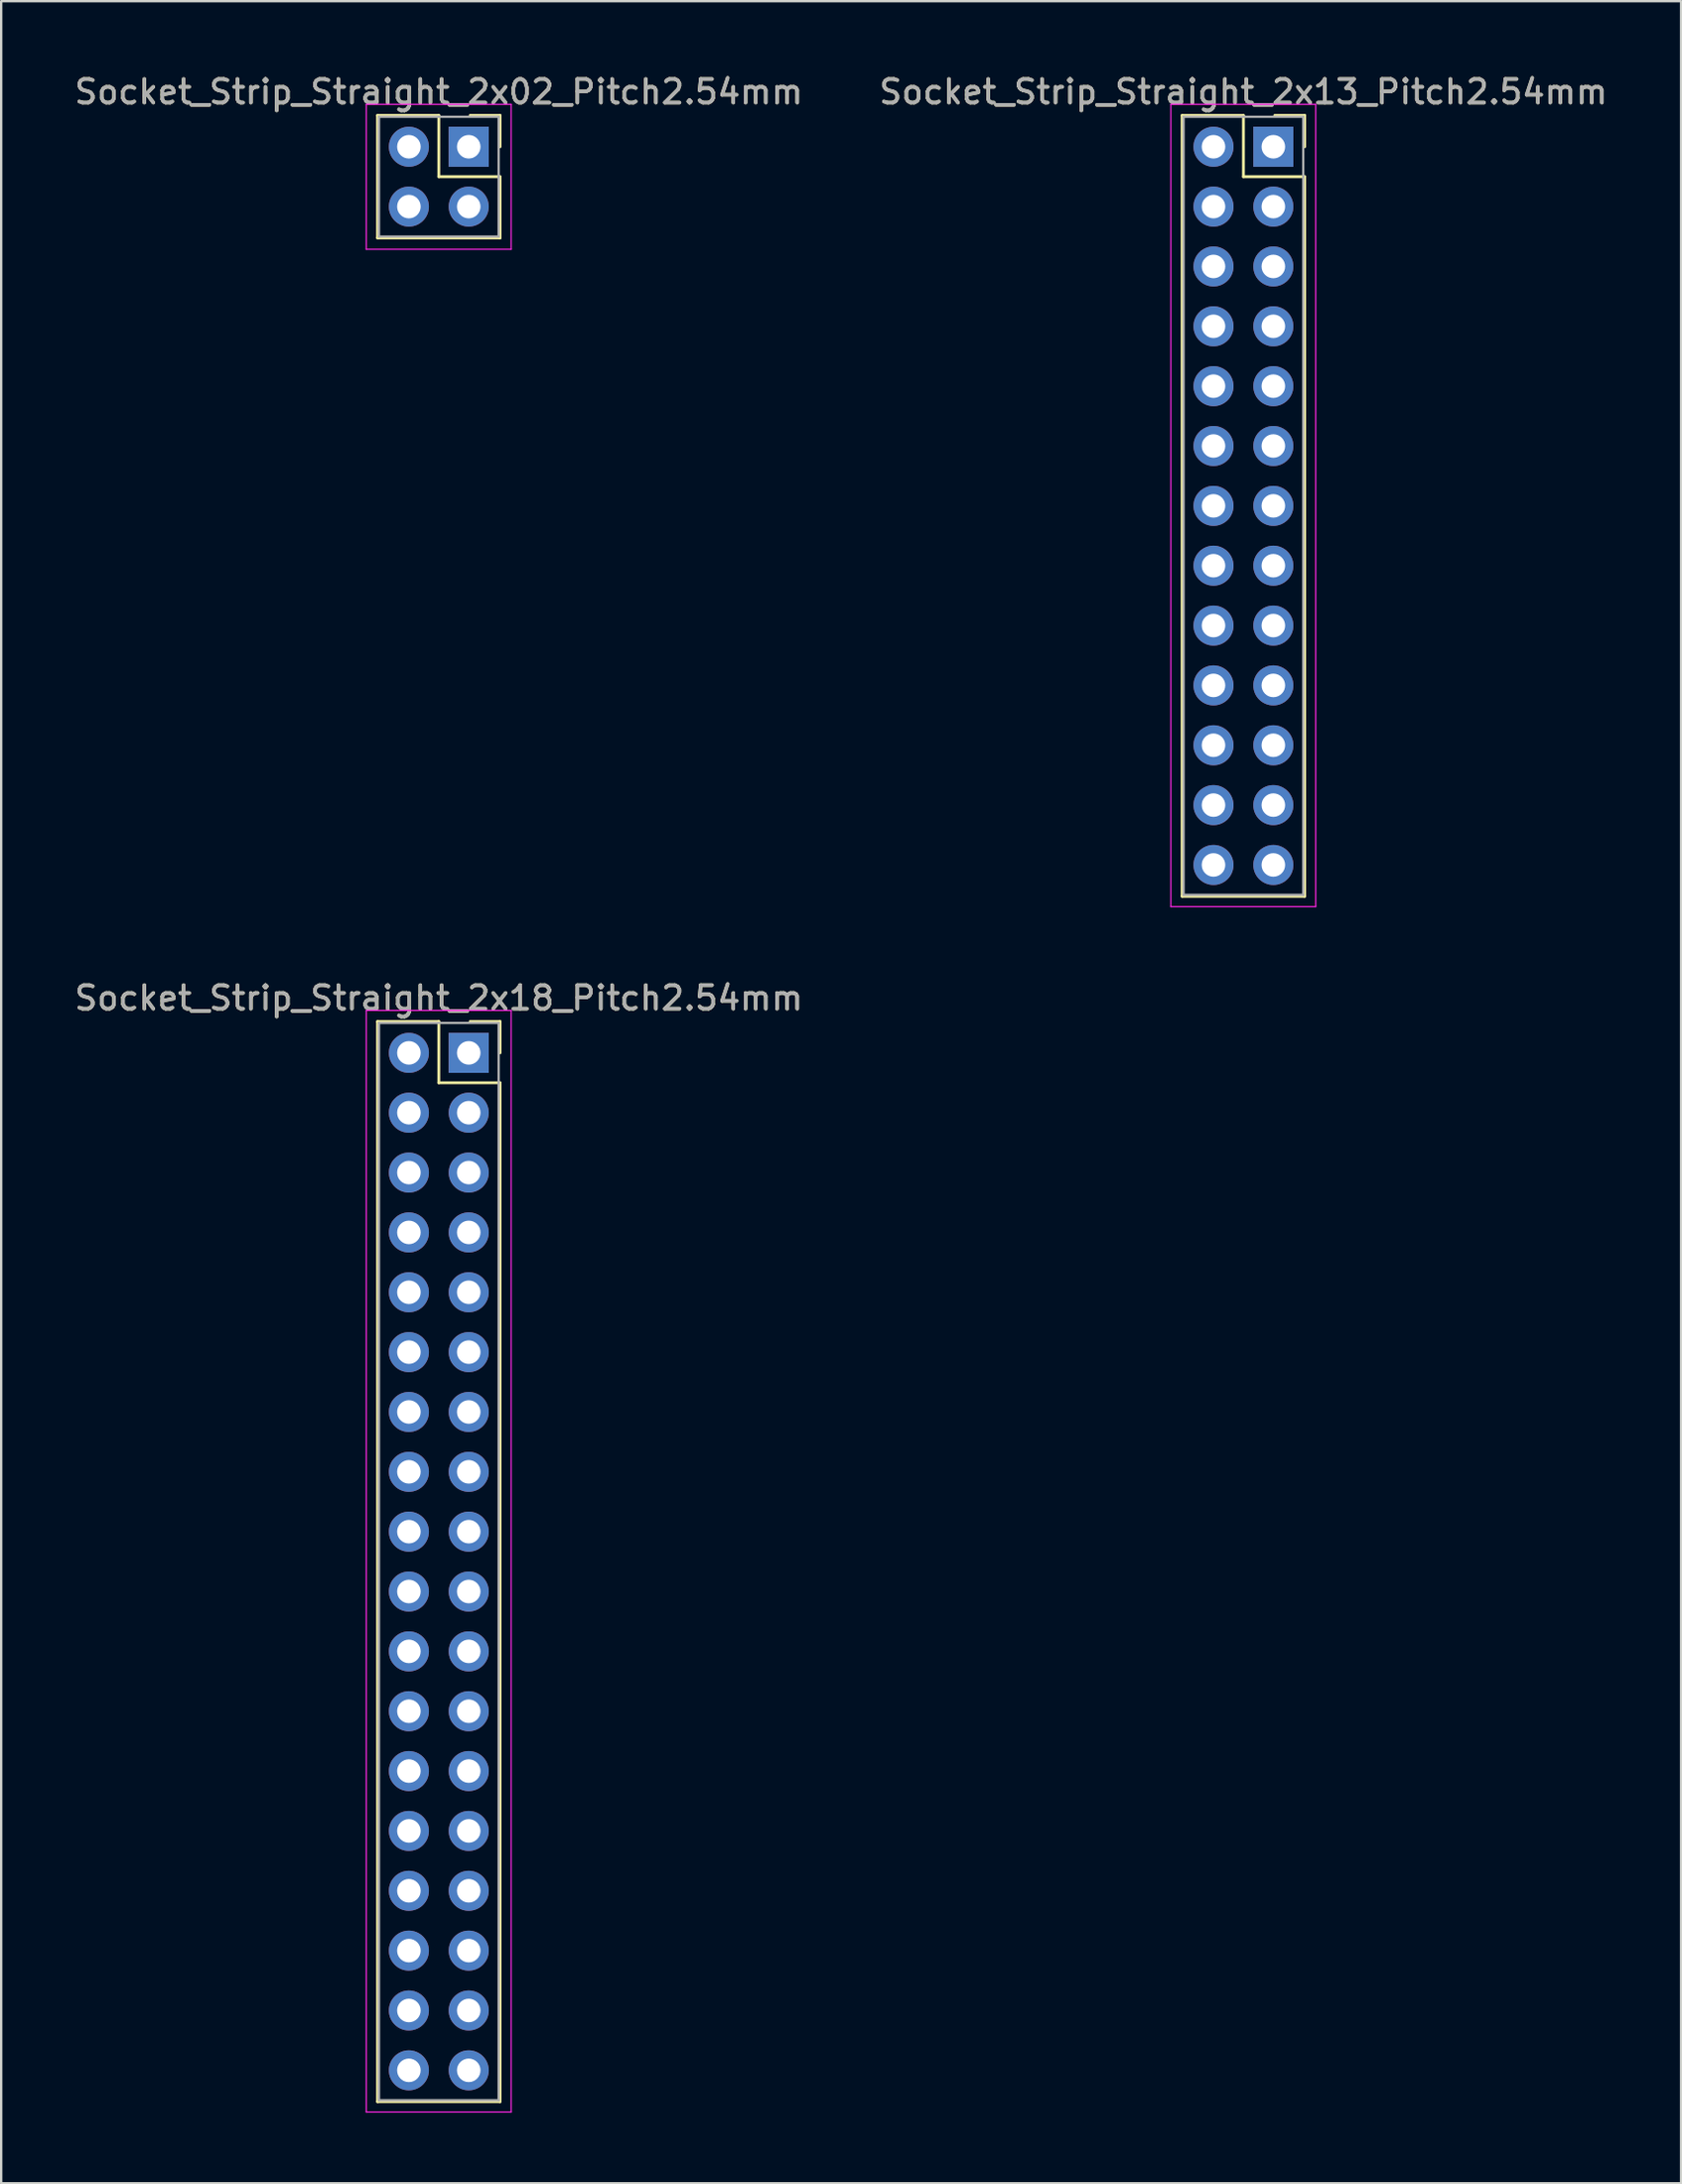
<source format=kicad_pcb>
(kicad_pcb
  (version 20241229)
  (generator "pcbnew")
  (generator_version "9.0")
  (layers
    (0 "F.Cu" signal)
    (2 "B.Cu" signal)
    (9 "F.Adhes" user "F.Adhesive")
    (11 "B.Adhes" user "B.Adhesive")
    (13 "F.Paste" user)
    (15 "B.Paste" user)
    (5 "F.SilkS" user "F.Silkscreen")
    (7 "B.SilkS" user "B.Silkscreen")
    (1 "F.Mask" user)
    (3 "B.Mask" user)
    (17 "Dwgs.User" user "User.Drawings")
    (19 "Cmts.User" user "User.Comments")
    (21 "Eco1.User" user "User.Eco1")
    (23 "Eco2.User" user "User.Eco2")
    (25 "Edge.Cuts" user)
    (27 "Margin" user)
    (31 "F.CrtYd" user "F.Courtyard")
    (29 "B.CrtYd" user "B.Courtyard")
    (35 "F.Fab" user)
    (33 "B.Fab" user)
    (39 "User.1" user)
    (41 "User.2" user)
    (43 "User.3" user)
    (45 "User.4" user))
  (footprint "Socket_Strip_Straight_2x18_Pitch2.54mm"
    (layer "F.Cu")
    (at 16.847 41.632)
    (property "Reference" "Socket_Strip_Straight_2x18_Pitch2.54mm" (at -1.27 -2.33 0) (layer "F.SilkS") (effects (font (size 1 1) (thickness 0.15))))
    (attr through_hole)
    (fp_line (start -3.87 -1.33) (end -1.27 -1.33) (stroke (width 0.12) (type solid)) (layer "F.SilkS"))
    (fp_line (start -3.87 44.51) (end -3.87 -1.33) (stroke (width 0.12) (type solid)) (layer "F.SilkS"))
    (fp_line (start -1.27 -1.33) (end -1.27 1.27) (stroke (width 0.12) (type solid)) (layer "F.SilkS"))
    (fp_line (start -1.27 1.27) (end 1.33 1.27) (stroke (width 0.12) (type solid)) (layer "F.SilkS"))
    (fp_line (start 1.33 -1.33) (end 0.06 -1.33) (stroke (width 0.12) (type solid)) (layer "F.SilkS"))
    (fp_line (start 1.33 0) (end 1.33 -1.33) (stroke (width 0.12) (type solid)) (layer "F.SilkS"))
    (fp_line (start 1.33 1.27) (end 1.33 44.51) (stroke (width 0.12) (type solid)) (layer "F.SilkS"))
    (fp_line (start 1.33 44.51) (end -3.87 44.51) (stroke (width 0.12) (type solid)) (layer "F.SilkS"))
    (fp_line (start -4.35 -1.8) (end -4.35 44.95) (stroke (width 0.05) (type solid)) (layer "F.CrtYd"))
    (fp_line (start -4.35 44.95) (end 1.8 44.95) (stroke (width 0.05) (type solid)) (layer "F.CrtYd"))
    (fp_line (start 1.8 -1.8) (end -4.35 -1.8) (stroke (width 0.05) (type solid)) (layer "F.CrtYd"))
    (fp_line (start 1.8 44.95) (end 1.8 -1.8) (stroke (width 0.05) (type solid)) (layer "F.CrtYd"))
    (fp_line (start -3.81 -1.27) (end -3.81 44.45) (stroke (width 0.1) (type solid)) (layer "F.Fab"))
    (fp_line (start -3.81 44.45) (end 1.27 44.45) (stroke (width 0.1) (type solid)) (layer "F.Fab"))
    (fp_line (start 1.27 -1.27) (end -3.81 -1.27) (stroke (width 0.1) (type solid)) (layer "F.Fab"))
    (fp_line (start 1.27 44.45) (end 1.27 -1.27) (stroke (width 0.1) (type solid)) (layer "F.Fab"))
    (fp_text user "${REFERENCE}" (at -1.27 -2.33 0) (layer "F.Fab") (effects (font (size 1 1) (thickness 0.15))))
    (pad "1" thru_hole rect (at 0 0) (size 1.7 1.7) (drill 1) (layers "*.Cu" "*.Mask"))
    (pad "2" thru_hole oval (at -2.54 0) (size 1.7 1.7) (drill 1) (layers "*.Cu" "*.Mask"))
    (pad "3" thru_hole oval (at 0 2.54) (size 1.7 1.7) (drill 1) (layers "*.Cu" "*.Mask"))
    (pad "4" thru_hole oval (at -2.54 2.54) (size 1.7 1.7) (drill 1) (layers "*.Cu" "*.Mask"))
    (pad "5" thru_hole oval (at 0 5.08) (size 1.7 1.7) (drill 1) (layers "*.Cu" "*.Mask"))
    (pad "6" thru_hole oval (at -2.54 5.08) (size 1.7 1.7) (drill 1) (layers "*.Cu" "*.Mask"))
    (pad "7" thru_hole oval (at 0 7.62) (size 1.7 1.7) (drill 1) (layers "*.Cu" "*.Mask"))
    (pad "8" thru_hole oval (at -2.54 7.62) (size 1.7 1.7) (drill 1) (layers "*.Cu" "*.Mask"))
    (pad "9" thru_hole oval (at 0 10.16) (size 1.7 1.7) (drill 1) (layers "*.Cu" "*.Mask"))
    (pad "10" thru_hole oval (at -2.54 10.16) (size 1.7 1.7) (drill 1) (layers "*.Cu" "*.Mask"))
    (pad "11" thru_hole oval (at 0 12.7) (size 1.7 1.7) (drill 1) (layers "*.Cu" "*.Mask"))
    (pad "12" thru_hole oval (at -2.54 12.7) (size 1.7 1.7) (drill 1) (layers "*.Cu" "*.Mask"))
    (pad "13" thru_hole oval (at 0 15.24) (size 1.7 1.7) (drill 1) (layers "*.Cu" "*.Mask"))
    (pad "14" thru_hole oval (at -2.54 15.24) (size 1.7 1.7) (drill 1) (layers "*.Cu" "*.Mask"))
    (pad "15" thru_hole oval (at 0 17.78) (size 1.7 1.7) (drill 1) (layers "*.Cu" "*.Mask"))
    (pad "16" thru_hole oval (at -2.54 17.78) (size 1.7 1.7) (drill 1) (layers "*.Cu" "*.Mask"))
    (pad "17" thru_hole oval (at 0 20.32) (size 1.7 1.7) (drill 1) (layers "*.Cu" "*.Mask"))
    (pad "18" thru_hole oval (at -2.54 20.32) (size 1.7 1.7) (drill 1) (layers "*.Cu" "*.Mask"))
    (pad "19" thru_hole oval (at 0 22.86) (size 1.7 1.7) (drill 1) (layers "*.Cu" "*.Mask"))
    (pad "20" thru_hole oval (at -2.54 22.86) (size 1.7 1.7) (drill 1) (layers "*.Cu" "*.Mask"))
    (pad "21" thru_hole oval (at 0 25.4) (size 1.7 1.7) (drill 1) (layers "*.Cu" "*.Mask"))
    (pad "22" thru_hole oval (at -2.54 25.4) (size 1.7 1.7) (drill 1) (layers "*.Cu" "*.Mask"))
    (pad "23" thru_hole oval (at 0 27.94) (size 1.7 1.7) (drill 1) (layers "*.Cu" "*.Mask"))
    (pad "24" thru_hole oval (at -2.54 27.94) (size 1.7 1.7) (drill 1) (layers "*.Cu" "*.Mask"))
    (pad "25" thru_hole oval (at 0 30.48) (size 1.7 1.7) (drill 1) (layers "*.Cu" "*.Mask"))
    (pad "26" thru_hole oval (at -2.54 30.48) (size 1.7 1.7) (drill 1) (layers "*.Cu" "*.Mask"))
    (pad "27" thru_hole oval (at 0 33.02) (size 1.7 1.7) (drill 1) (layers "*.Cu" "*.Mask"))
    (pad "28" thru_hole oval (at -2.54 33.02) (size 1.7 1.7) (drill 1) (layers "*.Cu" "*.Mask"))
    (pad "29" thru_hole oval (at 0 35.56) (size 1.7 1.7) (drill 1) (layers "*.Cu" "*.Mask"))
    (pad "30" thru_hole oval (at -2.54 35.56) (size 1.7 1.7) (drill 1) (layers "*.Cu" "*.Mask"))
    (pad "31" thru_hole oval (at 0 38.1) (size 1.7 1.7) (drill 1) (layers "*.Cu" "*.Mask"))
    (pad "32" thru_hole oval (at -2.54 38.1) (size 1.7 1.7) (drill 1) (layers "*.Cu" "*.Mask"))
    (pad "33" thru_hole oval (at 0 40.64) (size 1.7 1.7) (drill 1) (layers "*.Cu" "*.Mask"))
    (pad "34" thru_hole oval (at -2.54 40.64) (size 1.7 1.7) (drill 1) (layers "*.Cu" "*.Mask"))
    (pad "35" thru_hole oval (at 0 43.18) (size 1.7 1.7) (drill 1) (layers "*.Cu" "*.Mask"))
    (pad "36" thru_hole oval (at -2.54 43.18) (size 1.7 1.7) (drill 1) (layers "*.Cu" "*.Mask")))
  (footprint "Socket_Strip_Straight_2x13_Pitch2.54mm"
    (layer "F.Cu")
    (at 51.002 3.178)
    (property "Reference" "Socket_Strip_Straight_2x13_Pitch2.54mm" (at -1.27 -2.33 0) (layer "F.SilkS") (effects (font (size 1 1) (thickness 0.15))))
    (attr through_hole)
    (fp_line (start -3.87 -1.33) (end -1.27 -1.33) (stroke (width 0.12) (type solid)) (layer "F.SilkS"))
    (fp_line (start -3.87 31.81) (end -3.87 -1.33) (stroke (width 0.12) (type solid)) (layer "F.SilkS"))
    (fp_line (start -1.27 -1.33) (end -1.27 1.27) (stroke (width 0.12) (type solid)) (layer "F.SilkS"))
    (fp_line (start -1.27 1.27) (end 1.33 1.27) (stroke (width 0.12) (type solid)) (layer "F.SilkS"))
    (fp_line (start 1.33 -1.33) (end 0.06 -1.33) (stroke (width 0.12) (type solid)) (layer "F.SilkS"))
    (fp_line (start 1.33 0) (end 1.33 -1.33) (stroke (width 0.12) (type solid)) (layer "F.SilkS"))
    (fp_line (start 1.33 1.27) (end 1.33 31.81) (stroke (width 0.12) (type solid)) (layer "F.SilkS"))
    (fp_line (start 1.33 31.81) (end -3.87 31.81) (stroke (width 0.12) (type solid)) (layer "F.SilkS"))
    (fp_line (start -4.35 -1.8) (end -4.35 32.25) (stroke (width 0.05) (type solid)) (layer "F.CrtYd"))
    (fp_line (start -4.35 32.25) (end 1.8 32.25) (stroke (width 0.05) (type solid)) (layer "F.CrtYd"))
    (fp_line (start 1.8 -1.8) (end -4.35 -1.8) (stroke (width 0.05) (type solid)) (layer "F.CrtYd"))
    (fp_line (start 1.8 32.25) (end 1.8 -1.8) (stroke (width 0.05) (type solid)) (layer "F.CrtYd"))
    (fp_line (start -3.81 -1.27) (end -3.81 31.75) (stroke (width 0.1) (type solid)) (layer "F.Fab"))
    (fp_line (start -3.81 31.75) (end 1.27 31.75) (stroke (width 0.1) (type solid)) (layer "F.Fab"))
    (fp_line (start 1.27 -1.27) (end -3.81 -1.27) (stroke (width 0.1) (type solid)) (layer "F.Fab"))
    (fp_line (start 1.27 31.75) (end 1.27 -1.27) (stroke (width 0.1) (type solid)) (layer "F.Fab"))
    (fp_text user "${REFERENCE}" (at -1.27 -2.33 0) (layer "F.Fab") (effects (font (size 1 1) (thickness 0.15))))
    (pad "1" thru_hole rect (at 0 0) (size 1.7 1.7) (drill 1) (layers "*.Cu" "*.Mask"))
    (pad "2" thru_hole oval (at -2.54 0) (size 1.7 1.7) (drill 1) (layers "*.Cu" "*.Mask"))
    (pad "3" thru_hole oval (at 0 2.54) (size 1.7 1.7) (drill 1) (layers "*.Cu" "*.Mask"))
    (pad "4" thru_hole oval (at -2.54 2.54) (size 1.7 1.7) (drill 1) (layers "*.Cu" "*.Mask"))
    (pad "5" thru_hole oval (at 0 5.08) (size 1.7 1.7) (drill 1) (layers "*.Cu" "*.Mask"))
    (pad "6" thru_hole oval (at -2.54 5.08) (size 1.7 1.7) (drill 1) (layers "*.Cu" "*.Mask"))
    (pad "7" thru_hole oval (at 0 7.62) (size 1.7 1.7) (drill 1) (layers "*.Cu" "*.Mask"))
    (pad "8" thru_hole oval (at -2.54 7.62) (size 1.7 1.7) (drill 1) (layers "*.Cu" "*.Mask"))
    (pad "9" thru_hole oval (at 0 10.16) (size 1.7 1.7) (drill 1) (layers "*.Cu" "*.Mask"))
    (pad "10" thru_hole oval (at -2.54 10.16) (size 1.7 1.7) (drill 1) (layers "*.Cu" "*.Mask"))
    (pad "11" thru_hole oval (at 0 12.7) (size 1.7 1.7) (drill 1) (layers "*.Cu" "*.Mask"))
    (pad "12" thru_hole oval (at -2.54 12.7) (size 1.7 1.7) (drill 1) (layers "*.Cu" "*.Mask"))
    (pad "13" thru_hole oval (at 0 15.24) (size 1.7 1.7) (drill 1) (layers "*.Cu" "*.Mask"))
    (pad "14" thru_hole oval (at -2.54 15.24) (size 1.7 1.7) (drill 1) (layers "*.Cu" "*.Mask"))
    (pad "15" thru_hole oval (at 0 17.78) (size 1.7 1.7) (drill 1) (layers "*.Cu" "*.Mask"))
    (pad "16" thru_hole oval (at -2.54 17.78) (size 1.7 1.7) (drill 1) (layers "*.Cu" "*.Mask"))
    (pad "17" thru_hole oval (at 0 20.32) (size 1.7 1.7) (drill 1) (layers "*.Cu" "*.Mask"))
    (pad "18" thru_hole oval (at -2.54 20.32) (size 1.7 1.7) (drill 1) (layers "*.Cu" "*.Mask"))
    (pad "19" thru_hole oval (at 0 22.86) (size 1.7 1.7) (drill 1) (layers "*.Cu" "*.Mask"))
    (pad "20" thru_hole oval (at -2.54 22.86) (size 1.7 1.7) (drill 1) (layers "*.Cu" "*.Mask"))
    (pad "21" thru_hole oval (at 0 25.4) (size 1.7 1.7) (drill 1) (layers "*.Cu" "*.Mask"))
    (pad "22" thru_hole oval (at -2.54 25.4) (size 1.7 1.7) (drill 1) (layers "*.Cu" "*.Mask"))
    (pad "23" thru_hole oval (at 0 27.94) (size 1.7 1.7) (drill 1) (layers "*.Cu" "*.Mask"))
    (pad "24" thru_hole oval (at -2.54 27.94) (size 1.7 1.7) (drill 1) (layers "*.Cu" "*.Mask"))
    (pad "25" thru_hole oval (at 0 30.48) (size 1.7 1.7) (drill 1) (layers "*.Cu" "*.Mask"))
    (pad "26" thru_hole oval (at -2.54 30.48) (size 1.7 1.7) (drill 1) (layers "*.Cu" "*.Mask")))
  (footprint "Socket_Strip_Straight_2x02_Pitch2.54mm"
    (layer "F.Cu")
    (at 16.847 3.178)
    (property "Reference" "Socket_Strip_Straight_2x02_Pitch2.54mm" (at -1.27 -2.33 0) (layer "F.SilkS") (effects (font (size 1 1) (thickness 0.15))))
    (attr through_hole)
    (fp_line (start -3.87 -1.33) (end -1.27 -1.33) (stroke (width 0.12) (type solid)) (layer "F.SilkS"))
    (fp_line (start -3.87 3.87) (end -3.87 -1.33) (stroke (width 0.12) (type solid)) (layer "F.SilkS"))
    (fp_line (start -1.27 -1.33) (end -1.27 1.27) (stroke (width 0.12) (type solid)) (layer "F.SilkS"))
    (fp_line (start -1.27 1.27) (end 1.33 1.27) (stroke (width 0.12) (type solid)) (layer "F.SilkS"))
    (fp_line (start 1.33 -1.33) (end 0.06 -1.33) (stroke (width 0.12) (type solid)) (layer "F.SilkS"))
    (fp_line (start 1.33 0) (end 1.33 -1.33) (stroke (width 0.12) (type solid)) (layer "F.SilkS"))
    (fp_line (start 1.33 1.27) (end 1.33 3.87) (stroke (width 0.12) (type solid)) (layer "F.SilkS"))
    (fp_line (start 1.33 3.87) (end -3.87 3.87) (stroke (width 0.12) (type solid)) (layer "F.SilkS"))
    (fp_line (start -4.35 -1.8) (end -4.35 4.35) (stroke (width 0.05) (type solid)) (layer "F.CrtYd"))
    (fp_line (start -4.35 4.35) (end 1.8 4.35) (stroke (width 0.05) (type solid)) (layer "F.CrtYd"))
    (fp_line (start 1.8 -1.8) (end -4.35 -1.8) (stroke (width 0.05) (type solid)) (layer "F.CrtYd"))
    (fp_line (start 1.8 4.35) (end 1.8 -1.8) (stroke (width 0.05) (type solid)) (layer "F.CrtYd"))
    (fp_line (start -3.81 -1.27) (end -3.81 3.81) (stroke (width 0.1) (type solid)) (layer "F.Fab"))
    (fp_line (start -3.81 3.81) (end 1.27 3.81) (stroke (width 0.1) (type solid)) (layer "F.Fab"))
    (fp_line (start 1.27 -1.27) (end -3.81 -1.27) (stroke (width 0.1) (type solid)) (layer "F.Fab"))
    (fp_line (start 1.27 3.81) (end 1.27 -1.27) (stroke (width 0.1) (type solid)) (layer "F.Fab"))
    (fp_text user "${REFERENCE}" (at -1.27 -2.33 0) (layer "F.Fab") (effects (font (size 1 1) (thickness 0.15))))
    (pad "1" thru_hole rect (at 0 0) (size 1.7 1.7) (drill 1) (layers "*.Cu" "*.Mask"))
    (pad "2" thru_hole oval (at -2.54 0) (size 1.7 1.7) (drill 1) (layers "*.Cu" "*.Mask"))
    (pad "3" thru_hole oval (at 0 2.54) (size 1.7 1.7) (drill 1) (layers "*.Cu" "*.Mask"))
    (pad "4" thru_hole oval (at -2.54 2.54) (size 1.7 1.7) (drill 1) (layers "*.Cu" "*.Mask")))
  (gr_rect
    (start -3 -3)
    (end 68.31 89.606)
    (stroke (width 0.1) (type default))
    (fill no)
    (layer "Edge.Cuts")))
</source>
